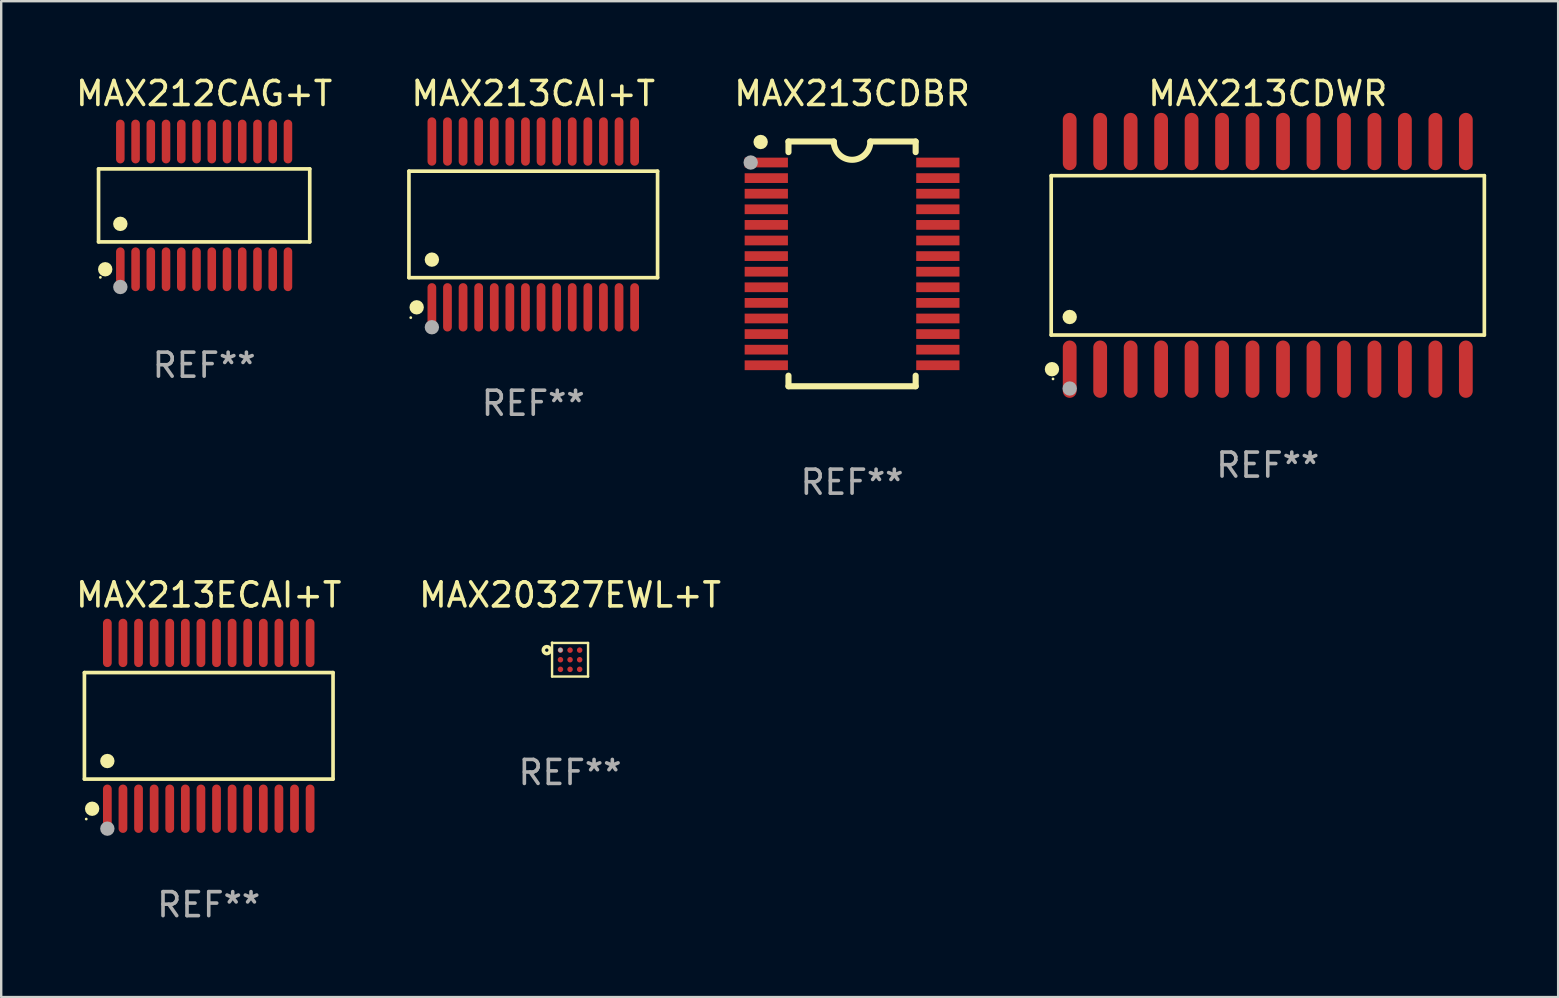
<source format=kicad_pcb>
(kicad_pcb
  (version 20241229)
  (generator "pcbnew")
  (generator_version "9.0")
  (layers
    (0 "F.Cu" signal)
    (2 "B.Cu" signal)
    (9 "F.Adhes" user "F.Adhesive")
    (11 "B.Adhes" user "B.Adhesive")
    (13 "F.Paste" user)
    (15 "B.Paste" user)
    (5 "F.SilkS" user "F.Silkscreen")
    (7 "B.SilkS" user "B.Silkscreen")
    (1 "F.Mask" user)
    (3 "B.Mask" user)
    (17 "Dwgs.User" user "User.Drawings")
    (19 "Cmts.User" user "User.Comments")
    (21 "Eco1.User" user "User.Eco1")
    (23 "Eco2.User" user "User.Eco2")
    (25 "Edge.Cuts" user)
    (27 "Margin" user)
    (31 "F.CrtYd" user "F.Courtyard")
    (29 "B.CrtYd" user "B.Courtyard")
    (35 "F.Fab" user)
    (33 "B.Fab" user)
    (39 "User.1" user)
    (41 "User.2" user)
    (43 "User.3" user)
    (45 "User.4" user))
  (footprint "MAX213CDBR"
    (layer "F.Cu")
    (at 32.461 7.948)
    (property "Reference" "MAX213CDBR" (at 0 -7.1 0) (layer "F.SilkS") (effects (font (size 1 1) (thickness 0.15))))
    (attr through_hole)
    (fp_line (start -2.65 -5.1) (end -0.762 -5.1) (stroke (width 0.254) (type solid)) (layer "F.SilkS"))
    (fp_line (start -2.65 -4.658) (end -2.65 -5.1) (stroke (width 0.254) (type solid)) (layer "F.SilkS"))
    (fp_line (start -2.65 5.1) (end -2.65 4.658) (stroke (width 0.254) (type solid)) (layer "F.SilkS"))
    (fp_line (start -2.65 5.1) (end 2.65 5.1) (stroke (width 0.254) (type solid)) (layer "F.SilkS"))
    (fp_line (start 2.65 -5.1) (end 0.762 -5.1) (stroke (width 0.254) (type solid)) (layer "F.SilkS"))
    (fp_line (start 2.65 -5.1) (end 2.65 -4.658) (stroke (width 0.254) (type solid)) (layer "F.SilkS"))
    (fp_line (start 2.65 4.658) (end 2.65 5.1) (stroke (width 0.254) (type solid)) (layer "F.SilkS"))
    (fp_arc (start 0.761925 -5.1) (mid -0.000241 -4.338329) (end -0.762077 -5.10033) (stroke (width 0.254001) (type solid)) (layer "F.SilkS"))
    (fp_circle (center -3.858 -5.07) (end -3.828 -5.07) (stroke (width 0.06) (type solid)) (fill no) (layer "F.SilkS"))
    (fp_circle (center -3.81 -5.08) (end -3.66 -5.08) (stroke (width 0.3) (type solid)) (fill no) (layer "F.SilkS"))
    (fp_circle (center -4.225 -4.225) (end -4.075 -4.225) (stroke (width 0.3) (type solid)) (fill no) (layer "F.Fab"))
    (fp_text user "REF**" (at 0 9.1 0) (layer "F.Fab") (effects (font (size 1 1) (thickness 0.15))))
    (pad "1" smd rect (at -3.575 -4.225) (size 1.803 0.406) (layers "F.Cu" "F.Mask" "F.Paste"))
    (pad "2" smd rect (at -3.575 -3.575) (size 1.803 0.406) (layers "F.Cu" "F.Mask" "F.Paste"))
    (pad "3" smd rect (at -3.575 -2.925) (size 1.803 0.406) (layers "F.Cu" "F.Mask" "F.Paste"))
    (pad "4" smd rect (at -3.575 -2.275) (size 1.803 0.406) (layers "F.Cu" "F.Mask" "F.Paste"))
    (pad "5" smd rect (at -3.575 -1.625) (size 1.803 0.406) (layers "F.Cu" "F.Mask" "F.Paste"))
    (pad "6" smd rect (at -3.575 -0.975) (size 1.803 0.406) (layers "F.Cu" "F.Mask" "F.Paste"))
    (pad "7" smd rect (at -3.575 -0.325) (size 1.803 0.406) (layers "F.Cu" "F.Mask" "F.Paste"))
    (pad "8" smd rect (at -3.575 0.325) (size 1.803 0.406) (layers "F.Cu" "F.Mask" "F.Paste"))
    (pad "9" smd rect (at -3.575 0.975) (size 1.803 0.406) (layers "F.Cu" "F.Mask" "F.Paste"))
    (pad "10" smd rect (at -3.575 1.625) (size 1.803 0.406) (layers "F.Cu" "F.Mask" "F.Paste"))
    (pad "11" smd rect (at -3.575 2.275) (size 1.803 0.406) (layers "F.Cu" "F.Mask" "F.Paste"))
    (pad "12" smd rect (at -3.575 2.925) (size 1.803 0.406) (layers "F.Cu" "F.Mask" "F.Paste"))
    (pad "13" smd rect (at -3.575 3.575) (size 1.803 0.406) (layers "F.Cu" "F.Mask" "F.Paste"))
    (pad "14" smd rect (at -3.575 4.225) (size 1.803 0.406) (layers "F.Cu" "F.Mask" "F.Paste"))
    (pad "15" smd rect (at 3.575 4.225) (size 1.803 0.406) (layers "F.Cu" "F.Mask" "F.Paste"))
    (pad "16" smd rect (at 3.575 3.575) (size 1.803 0.406) (layers "F.Cu" "F.Mask" "F.Paste"))
    (pad "17" smd rect (at 3.575 2.925) (size 1.803 0.406) (layers "F.Cu" "F.Mask" "F.Paste"))
    (pad "18" smd rect (at 3.575 2.275) (size 1.803 0.406) (layers "F.Cu" "F.Mask" "F.Paste"))
    (pad "19" smd rect (at 3.575 1.625) (size 1.803 0.406) (layers "F.Cu" "F.Mask" "F.Paste"))
    (pad "20" smd rect (at 3.575 0.975) (size 1.803 0.406) (layers "F.Cu" "F.Mask" "F.Paste"))
    (pad "21" smd rect (at 3.575 0.325) (size 1.803 0.406) (layers "F.Cu" "F.Mask" "F.Paste"))
    (pad "22" smd rect (at 3.575 -0.325) (size 1.803 0.406) (layers "F.Cu" "F.Mask" "F.Paste"))
    (pad "23" smd rect (at 3.575 -0.975) (size 1.803 0.406) (layers "F.Cu" "F.Mask" "F.Paste"))
    (pad "24" smd rect (at 3.575 -1.625) (size 1.803 0.406) (layers "F.Cu" "F.Mask" "F.Paste"))
    (pad "25" smd rect (at 3.575 -2.275) (size 1.803 0.406) (layers "F.Cu" "F.Mask" "F.Paste"))
    (pad "26" smd rect (at 3.575 -2.925) (size 1.803 0.406) (layers "F.Cu" "F.Mask" "F.Paste"))
    (pad "27" smd rect (at 3.575 -3.575) (size 1.803 0.406) (layers "F.Cu" "F.Mask" "F.Paste"))
    (pad "28" smd rect (at 3.575 -4.225) (size 1.803 0.406) (layers "F.Cu" "F.Mask" "F.Paste")))
  (footprint "MAX213CAI+T"
    (layer "F.Cu")
    (at 19.174 6.303)
    (property "Reference" "MAX213CAI+T" (at 0 -5.455 0) (layer "F.SilkS") (effects (font (size 1 1) (thickness 0.15))))
    (attr through_hole)
    (fp_line (start -5.181 -2.219) (end 5.181 -2.219) (stroke (width 0.152) (type solid)) (layer "F.SilkS"))
    (fp_line (start -5.181 2.219) (end -5.181 -2.219) (stroke (width 0.152) (type solid)) (layer "F.SilkS"))
    (fp_line (start 5.181 -2.219) (end 5.181 2.219) (stroke (width 0.152) (type solid)) (layer "F.SilkS"))
    (fp_line (start 5.181 2.219) (end -5.181 2.219) (stroke (width 0.152) (type solid)) (layer "F.SilkS"))
    (fp_circle (center -5.105 3.885) (end -5.075 3.885) (stroke (width 0.06) (type solid)) (fill no) (layer "F.SilkS"))
    (fp_circle (center -4.859 3.455) (end -4.709 3.455) (stroke (width 0.3) (type solid)) (fill no) (layer "F.SilkS"))
    (fp_circle (center -4.225 1.467) (end -4.075 1.467) (stroke (width 0.3) (type solid)) (fill no) (layer "F.SilkS"))
    (fp_circle (center -4.225 4.285) (end -4.075 4.285) (stroke (width 0.3) (type solid)) (fill no) (layer "F.Fab"))
    (fp_text user "REF**" (at 0 7.455 0) (layer "F.Fab") (effects (font (size 1 1) (thickness 0.15))))
    (pad "1" smd oval (at -4.225 3.455) (size 0.364 2.015) (layers "F.Cu" "F.Mask" "F.Paste"))
    (pad "2" smd oval (at -3.575 3.455) (size 0.364 2.015) (layers "F.Cu" "F.Mask" "F.Paste"))
    (pad "3" smd oval (at -2.925 3.455) (size 0.364 2.015) (layers "F.Cu" "F.Mask" "F.Paste"))
    (pad "4" smd oval (at -2.275 3.455) (size 0.364 2.015) (layers "F.Cu" "F.Mask" "F.Paste"))
    (pad "5" smd oval (at -1.625 3.455) (size 0.364 2.015) (layers "F.Cu" "F.Mask" "F.Paste"))
    (pad "6" smd oval (at -0.975 3.455) (size 0.364 2.015) (layers "F.Cu" "F.Mask" "F.Paste"))
    (pad "7" smd oval (at -0.325 3.455) (size 0.364 2.015) (layers "F.Cu" "F.Mask" "F.Paste"))
    (pad "8" smd oval (at 0.325 3.455) (size 0.364 2.015) (layers "F.Cu" "F.Mask" "F.Paste"))
    (pad "9" smd oval (at 0.975 3.455) (size 0.364 2.015) (layers "F.Cu" "F.Mask" "F.Paste"))
    (pad "10" smd oval (at 1.625 3.455) (size 0.364 2.015) (layers "F.Cu" "F.Mask" "F.Paste"))
    (pad "11" smd oval (at 2.275 3.455) (size 0.364 2.015) (layers "F.Cu" "F.Mask" "F.Paste"))
    (pad "12" smd oval (at 2.925 3.455) (size 0.364 2.015) (layers "F.Cu" "F.Mask" "F.Paste"))
    (pad "13" smd oval (at 3.575 3.455) (size 0.364 2.015) (layers "F.Cu" "F.Mask" "F.Paste"))
    (pad "14" smd oval (at 4.225 3.455) (size 0.364 2.015) (layers "F.Cu" "F.Mask" "F.Paste"))
    (pad "15" smd oval (at 4.225 -3.455) (size 0.364 2.015) (layers "F.Cu" "F.Mask" "F.Paste"))
    (pad "16" smd oval (at 3.575 -3.455) (size 0.364 2.015) (layers "F.Cu" "F.Mask" "F.Paste"))
    (pad "17" smd oval (at 2.925 -3.455) (size 0.364 2.015) (layers "F.Cu" "F.Mask" "F.Paste"))
    (pad "18" smd oval (at 2.275 -3.455) (size 0.364 2.015) (layers "F.Cu" "F.Mask" "F.Paste"))
    (pad "19" smd oval (at 1.625 -3.455) (size 0.364 2.015) (layers "F.Cu" "F.Mask" "F.Paste"))
    (pad "20" smd oval (at 0.975 -3.455) (size 0.364 2.015) (layers "F.Cu" "F.Mask" "F.Paste"))
    (pad "21" smd oval (at 0.325 -3.455) (size 0.364 2.015) (layers "F.Cu" "F.Mask" "F.Paste"))
    (pad "22" smd oval (at -0.325 -3.455) (size 0.364 2.015) (layers "F.Cu" "F.Mask" "F.Paste"))
    (pad "23" smd oval (at -0.975 -3.455) (size 0.364 2.015) (layers "F.Cu" "F.Mask" "F.Paste"))
    (pad "24" smd oval (at -1.625 -3.455) (size 0.364 2.015) (layers "F.Cu" "F.Mask" "F.Paste"))
    (pad "25" smd oval (at -2.275 -3.455) (size 0.364 2.015) (layers "F.Cu" "F.Mask" "F.Paste"))
    (pad "26" smd oval (at -2.925 -3.455) (size 0.364 2.015) (layers "F.Cu" "F.Mask" "F.Paste"))
    (pad "27" smd oval (at -3.575 -3.455) (size 0.364 2.015) (layers "F.Cu" "F.Mask" "F.Paste"))
    (pad "28" smd oval (at -4.225 -3.455) (size 0.364 2.015) (layers "F.Cu" "F.Mask" "F.Paste")))
  (footprint "MAX212CAG+T"
    (layer "F.Cu")
    (at 5.458 5.51)
    (property "Reference" "MAX212CAG+T" (at 0 -4.662 0) (layer "F.SilkS") (effects (font (size 1 1) (thickness 0.15))))
    (attr through_hole)
    (fp_line (start -4.401 -1.521) (end 4.401 -1.521) (stroke (width 0.152) (type solid)) (layer "F.SilkS"))
    (fp_line (start -4.401 1.521) (end -4.401 -1.521) (stroke (width 0.152) (type solid)) (layer "F.SilkS"))
    (fp_line (start 4.401 -1.521) (end 4.401 1.521) (stroke (width 0.152) (type solid)) (layer "F.SilkS"))
    (fp_line (start 4.401 1.521) (end -4.401 1.521) (stroke (width 0.152) (type solid)) (layer "F.SilkS"))
    (fp_circle (center -4.325 3) (end -4.295 3) (stroke (width 0.06) (type solid)) (fill no) (layer "F.SilkS"))
    (fp_circle (center -4.123 2.662) (end -3.973 2.662) (stroke (width 0.3) (type solid)) (fill no) (layer "F.SilkS"))
    (fp_circle (center -3.493 0.769) (end -3.342 0.769) (stroke (width 0.3) (type solid)) (fill no) (layer "F.SilkS"))
    (fp_circle (center -3.493 3.4) (end -3.342 3.4) (stroke (width 0.3) (type solid)) (fill no) (layer "F.Fab"))
    (fp_text user "REF**" (at 0 6.662 0) (layer "F.Fab") (effects (font (size 1 1) (thickness 0.15))))
    (pad "1" smd oval (at -3.493 2.662) (size 0.356 1.824) (layers "F.Cu" "F.Mask" "F.Paste"))
    (pad "2" smd oval (at -2.858 2.662) (size 0.356 1.824) (layers "F.Cu" "F.Mask" "F.Paste"))
    (pad "3" smd oval (at -2.223 2.662) (size 0.356 1.824) (layers "F.Cu" "F.Mask" "F.Paste"))
    (pad "4" smd oval (at -1.588 2.662) (size 0.356 1.824) (layers "F.Cu" "F.Mask" "F.Paste"))
    (pad "5" smd oval (at -0.953 2.662) (size 0.356 1.824) (layers "F.Cu" "F.Mask" "F.Paste"))
    (pad "6" smd oval (at -0.318 2.662) (size 0.356 1.824) (layers "F.Cu" "F.Mask" "F.Paste"))
    (pad "7" smd oval (at 0.318 2.662) (size 0.356 1.824) (layers "F.Cu" "F.Mask" "F.Paste"))
    (pad "8" smd oval (at 0.953 2.662) (size 0.356 1.824) (layers "F.Cu" "F.Mask" "F.Paste"))
    (pad "9" smd oval (at 1.588 2.662) (size 0.356 1.824) (layers "F.Cu" "F.Mask" "F.Paste"))
    (pad "10" smd oval (at 2.223 2.662) (size 0.356 1.824) (layers "F.Cu" "F.Mask" "F.Paste"))
    (pad "11" smd oval (at 2.858 2.662) (size 0.356 1.824) (layers "F.Cu" "F.Mask" "F.Paste"))
    (pad "12" smd oval (at 3.493 2.662) (size 0.356 1.824) (layers "F.Cu" "F.Mask" "F.Paste"))
    (pad "13" smd oval (at 3.493 -2.662) (size 0.356 1.824) (layers "F.Cu" "F.Mask" "F.Paste"))
    (pad "14" smd oval (at 2.858 -2.662) (size 0.356 1.824) (layers "F.Cu" "F.Mask" "F.Paste"))
    (pad "15" smd oval (at 2.223 -2.662) (size 0.356 1.824) (layers "F.Cu" "F.Mask" "F.Paste"))
    (pad "16" smd oval (at 1.588 -2.662) (size 0.356 1.824) (layers "F.Cu" "F.Mask" "F.Paste"))
    (pad "17" smd oval (at 0.953 -2.662) (size 0.356 1.824) (layers "F.Cu" "F.Mask" "F.Paste"))
    (pad "18" smd oval (at 0.318 -2.662) (size 0.356 1.824) (layers "F.Cu" "F.Mask" "F.Paste"))
    (pad "19" smd oval (at -0.318 -2.662) (size 0.356 1.824) (layers "F.Cu" "F.Mask" "F.Paste"))
    (pad "20" smd oval (at -0.953 -2.662) (size 0.356 1.824) (layers "F.Cu" "F.Mask" "F.Paste"))
    (pad "21" smd oval (at -1.588 -2.662) (size 0.356 1.824) (layers "F.Cu" "F.Mask" "F.Paste"))
    (pad "22" smd oval (at -2.223 -2.662) (size 0.356 1.824) (layers "F.Cu" "F.Mask" "F.Paste"))
    (pad "23" smd oval (at -2.858 -2.662) (size 0.356 1.824) (layers "F.Cu" "F.Mask" "F.Paste"))
    (pad "24" smd oval (at -3.493 -2.662) (size 0.356 1.824) (layers "F.Cu" "F.Mask" "F.Paste")))
  (footprint "MAX213CDWR"
    (layer "F.Cu")
    (at 49.786 7.592)
    (property "Reference" "MAX213CDWR" (at 0 -6.744 0) (layer "F.SilkS") (effects (font (size 1 1) (thickness 0.15))))
    (attr through_hole)
    (fp_line (start -9.026 -3.321) (end 9.026 -3.321) (stroke (width 0.152) (type solid)) (layer "F.SilkS"))
    (fp_line (start -9.026 3.321) (end -9.026 -3.321) (stroke (width 0.152) (type solid)) (layer "F.SilkS"))
    (fp_line (start 9.026 -3.321) (end 9.026 3.321) (stroke (width 0.152) (type solid)) (layer "F.SilkS"))
    (fp_line (start 9.026 3.321) (end -9.026 3.321) (stroke (width 0.152) (type solid)) (layer "F.SilkS"))
    (fp_circle (center -8.994 4.744) (end -8.844 4.744) (stroke (width 0.3) (type solid)) (fill no) (layer "F.SilkS"))
    (fp_circle (center -8.95 5.15) (end -8.92 5.15) (stroke (width 0.06) (type solid)) (fill no) (layer "F.SilkS"))
    (fp_circle (center -8.255 2.569) (end -8.105 2.569) (stroke (width 0.3) (type solid)) (fill no) (layer "F.SilkS"))
    (fp_circle (center -8.255 5.55) (end -8.105 5.55) (stroke (width 0.3) (type solid)) (fill no) (layer "F.Fab"))
    (fp_text user "REF**" (at 0 8.744 0) (layer "F.Fab") (effects (font (size 1 1) (thickness 0.15))))
    (pad "1" smd oval (at -8.255 4.744) (size 0.574 2.388) (layers "F.Cu" "F.Mask" "F.Paste"))
    (pad "2" smd oval (at -6.985 4.744) (size 0.574 2.388) (layers "F.Cu" "F.Mask" "F.Paste"))
    (pad "3" smd oval (at -5.715 4.744) (size 0.574 2.388) (layers "F.Cu" "F.Mask" "F.Paste"))
    (pad "4" smd oval (at -4.445 4.744) (size 0.574 2.388) (layers "F.Cu" "F.Mask" "F.Paste"))
    (pad "5" smd oval (at -3.175 4.744) (size 0.574 2.388) (layers "F.Cu" "F.Mask" "F.Paste"))
    (pad "6" smd oval (at -1.905 4.744) (size 0.574 2.388) (layers "F.Cu" "F.Mask" "F.Paste"))
    (pad "7" smd oval (at -0.635 4.744) (size 0.574 2.388) (layers "F.Cu" "F.Mask" "F.Paste"))
    (pad "8" smd oval (at 0.635 4.744) (size 0.574 2.388) (layers "F.Cu" "F.Mask" "F.Paste"))
    (pad "9" smd oval (at 1.905 4.744) (size 0.574 2.388) (layers "F.Cu" "F.Mask" "F.Paste"))
    (pad "10" smd oval (at 3.175 4.744) (size 0.574 2.388) (layers "F.Cu" "F.Mask" "F.Paste"))
    (pad "11" smd oval (at 4.445 4.744) (size 0.574 2.388) (layers "F.Cu" "F.Mask" "F.Paste"))
    (pad "12" smd oval (at 5.715 4.744) (size 0.574 2.388) (layers "F.Cu" "F.Mask" "F.Paste"))
    (pad "13" smd oval (at 6.985 4.744) (size 0.574 2.388) (layers "F.Cu" "F.Mask" "F.Paste"))
    (pad "14" smd oval (at 8.255 4.744) (size 0.574 2.388) (layers "F.Cu" "F.Mask" "F.Paste"))
    (pad "15" smd oval (at 8.255 -4.744) (size 0.574 2.388) (layers "F.Cu" "F.Mask" "F.Paste"))
    (pad "16" smd oval (at 6.985 -4.744) (size 0.574 2.388) (layers "F.Cu" "F.Mask" "F.Paste"))
    (pad "17" smd oval (at 5.715 -4.744) (size 0.574 2.388) (layers "F.Cu" "F.Mask" "F.Paste"))
    (pad "18" smd oval (at 4.445 -4.744) (size 0.574 2.388) (layers "F.Cu" "F.Mask" "F.Paste"))
    (pad "19" smd oval (at 3.175 -4.744) (size 0.574 2.388) (layers "F.Cu" "F.Mask" "F.Paste"))
    (pad "20" smd oval (at 1.905 -4.744) (size 0.574 2.388) (layers "F.Cu" "F.Mask" "F.Paste"))
    (pad "21" smd oval (at 0.635 -4.744) (size 0.574 2.388) (layers "F.Cu" "F.Mask" "F.Paste"))
    (pad "22" smd oval (at -0.635 -4.744) (size 0.574 2.388) (layers "F.Cu" "F.Mask" "F.Paste"))
    (pad "23" smd oval (at -1.905 -4.744) (size 0.574 2.388) (layers "F.Cu" "F.Mask" "F.Paste"))
    (pad "24" smd oval (at -3.175 -4.744) (size 0.574 2.388) (layers "F.Cu" "F.Mask" "F.Paste"))
    (pad "25" smd oval (at -4.445 -4.744) (size 0.574 2.388) (layers "F.Cu" "F.Mask" "F.Paste"))
    (pad "26" smd oval (at -5.715 -4.744) (size 0.574 2.388) (layers "F.Cu" "F.Mask" "F.Paste"))
    (pad "27" smd oval (at -6.985 -4.744) (size 0.574 2.388) (layers "F.Cu" "F.Mask" "F.Paste"))
    (pad "28" smd oval (at -8.255 -4.744) (size 0.574 2.388) (layers "F.Cu" "F.Mask" "F.Paste")))
  (footprint "MAX20327EWL+T"
    (layer "F.Cu")
    (at 20.708 24.445)
    (property "Reference" "MAX20327EWL+T" (at 0 -2.7 0) (layer "F.SilkS") (effects (font (size 1 1) (thickness 0.15))))
    (attr through_hole)
    (fp_line (start -0.75 0.7) (end 0.75 0.7) (stroke (width 0.1) (type solid)) (layer "F.SilkS"))
    (fp_line (start -0.75 -0.7) (end -0.75 0.7) (stroke (width 0.1) (type solid)) (layer "F.SilkS"))
    (fp_line (start -0.75 -0.7) (end 0.75 -0.7) (stroke (width 0.1) (type solid)) (layer "F.SilkS"))
    (fp_line (start 0.75 -0.7) (end 0.75 0.7) (stroke (width 0.1) (type solid)) (layer "F.SilkS"))
    (fp_circle (center -0.97 -0.4) (end -0.899 -0.4) (stroke (width 0.15) (type solid)) (fill no) (layer "F.SilkS"))
    (fp_circle (center -0.749 -0.704) (end -0.719 -0.704) (stroke (width 0.06) (type solid)) (fill no) (layer "F.SilkS"))
    (fp_circle (center -0.403 -0.403) (end -0.353 -0.403) (stroke (width 0.1) (type solid)) (fill no) (layer "F.Fab"))
    (fp_text user "REF**" (at 0 4.7 0) (layer "F.Fab") (effects (font (size 1 1) (thickness 0.15))))
    (pad "A1" smd circle (at -0.4 -0.4) (size 0.23 0.23) (layers "F.Cu" "F.Mask" "F.Paste"))
    (pad "A2" smd circle (at 0 -0.4) (size 0.23 0.23) (layers "F.Cu" "F.Mask" "F.Paste"))
    (pad "A3" smd circle (at 0.4 -0.4) (size 0.23 0.23) (layers "F.Cu" "F.Mask" "F.Paste"))
    (pad "B1" smd circle (at -0.4 -0.000013) (size 0.23 0.23) (layers "F.Cu" "F.Mask" "F.Paste"))
    (pad "B2" smd circle (at 0 -0.000013) (size 0.23 0.23) (layers "F.Cu" "F.Mask" "F.Paste"))
    (pad "B3" smd circle (at 0.4 -0.000013) (size 0.23 0.23) (layers "F.Cu" "F.Mask" "F.Paste"))
    (pad "C1" smd circle (at -0.4 0.4) (size 0.23 0.23) (layers "F.Cu" "F.Mask" "F.Paste"))
    (pad "C2" smd circle (at 0 0.4) (size 0.23 0.23) (layers "F.Cu" "F.Mask" "F.Paste"))
    (pad "C3" smd circle (at 0.4 0.4) (size 0.23 0.23) (layers "F.Cu" "F.Mask" "F.Paste")))
  (footprint "MAX213ECAI+T"
    (layer "F.Cu")
    (at 5.649 27.2)
    (property "Reference" "MAX213ECAI+T" (at 0 -5.455 0) (layer "F.SilkS") (effects (font (size 1 1) (thickness 0.15))))
    (attr through_hole)
    (fp_line (start -5.181 -2.219) (end 5.181 -2.219) (stroke (width 0.152) (type solid)) (layer "F.SilkS"))
    (fp_line (start -5.181 2.219) (end -5.181 -2.219) (stroke (width 0.152) (type solid)) (layer "F.SilkS"))
    (fp_line (start 5.181 -2.219) (end 5.181 2.219) (stroke (width 0.152) (type solid)) (layer "F.SilkS"))
    (fp_line (start 5.181 2.219) (end -5.181 2.219) (stroke (width 0.152) (type solid)) (layer "F.SilkS"))
    (fp_circle (center -5.105 3.885) (end -5.075 3.885) (stroke (width 0.06) (type solid)) (fill no) (layer "F.SilkS"))
    (fp_circle (center -4.859 3.455) (end -4.709 3.455) (stroke (width 0.3) (type solid)) (fill no) (layer "F.SilkS"))
    (fp_circle (center -4.225 1.467) (end -4.075 1.467) (stroke (width 0.3) (type solid)) (fill no) (layer "F.SilkS"))
    (fp_circle (center -4.225 4.285) (end -4.075 4.285) (stroke (width 0.3) (type solid)) (fill no) (layer "F.Fab"))
    (fp_text user "REF**" (at 0 7.455 0) (layer "F.Fab") (effects (font (size 1 1) (thickness 0.15))))
    (pad "1" smd oval (at -4.225 3.455) (size 0.364 2.015) (layers "F.Cu" "F.Mask" "F.Paste"))
    (pad "2" smd oval (at -3.575 3.455) (size 0.364 2.015) (layers "F.Cu" "F.Mask" "F.Paste"))
    (pad "3" smd oval (at -2.925 3.455) (size 0.364 2.015) (layers "F.Cu" "F.Mask" "F.Paste"))
    (pad "4" smd oval (at -2.275 3.455) (size 0.364 2.015) (layers "F.Cu" "F.Mask" "F.Paste"))
    (pad "5" smd oval (at -1.625 3.455) (size 0.364 2.015) (layers "F.Cu" "F.Mask" "F.Paste"))
    (pad "6" smd oval (at -0.975 3.455) (size 0.364 2.015) (layers "F.Cu" "F.Mask" "F.Paste"))
    (pad "7" smd oval (at -0.325 3.455) (size 0.364 2.015) (layers "F.Cu" "F.Mask" "F.Paste"))
    (pad "8" smd oval (at 0.325 3.455) (size 0.364 2.015) (layers "F.Cu" "F.Mask" "F.Paste"))
    (pad "9" smd oval (at 0.975 3.455) (size 0.364 2.015) (layers "F.Cu" "F.Mask" "F.Paste"))
    (pad "10" smd oval (at 1.625 3.455) (size 0.364 2.015) (layers "F.Cu" "F.Mask" "F.Paste"))
    (pad "11" smd oval (at 2.275 3.455) (size 0.364 2.015) (layers "F.Cu" "F.Mask" "F.Paste"))
    (pad "12" smd oval (at 2.925 3.455) (size 0.364 2.015) (layers "F.Cu" "F.Mask" "F.Paste"))
    (pad "13" smd oval (at 3.575 3.455) (size 0.364 2.015) (layers "F.Cu" "F.Mask" "F.Paste"))
    (pad "14" smd oval (at 4.225 3.455) (size 0.364 2.015) (layers "F.Cu" "F.Mask" "F.Paste"))
    (pad "15" smd oval (at 4.225 -3.455) (size 0.364 2.015) (layers "F.Cu" "F.Mask" "F.Paste"))
    (pad "16" smd oval (at 3.575 -3.455) (size 0.364 2.015) (layers "F.Cu" "F.Mask" "F.Paste"))
    (pad "17" smd oval (at 2.925 -3.455) (size 0.364 2.015) (layers "F.Cu" "F.Mask" "F.Paste"))
    (pad "18" smd oval (at 2.275 -3.455) (size 0.364 2.015) (layers "F.Cu" "F.Mask" "F.Paste"))
    (pad "19" smd oval (at 1.625 -3.455) (size 0.364 2.015) (layers "F.Cu" "F.Mask" "F.Paste"))
    (pad "20" smd oval (at 0.975 -3.455) (size 0.364 2.015) (layers "F.Cu" "F.Mask" "F.Paste"))
    (pad "21" smd oval (at 0.325 -3.455) (size 0.364 2.015) (layers "F.Cu" "F.Mask" "F.Paste"))
    (pad "22" smd oval (at -0.325 -3.455) (size 0.364 2.015) (layers "F.Cu" "F.Mask" "F.Paste"))
    (pad "23" smd oval (at -0.975 -3.455) (size 0.364 2.015) (layers "F.Cu" "F.Mask" "F.Paste"))
    (pad "24" smd oval (at -1.625 -3.455) (size 0.364 2.015) (layers "F.Cu" "F.Mask" "F.Paste"))
    (pad "25" smd oval (at -2.275 -3.455) (size 0.364 2.015) (layers "F.Cu" "F.Mask" "F.Paste"))
    (pad "26" smd oval (at -2.925 -3.455) (size 0.364 2.015) (layers "F.Cu" "F.Mask" "F.Paste"))
    (pad "27" smd oval (at -3.575 -3.455) (size 0.364 2.015) (layers "F.Cu" "F.Mask" "F.Paste"))
    (pad "28" smd oval (at -4.225 -3.455) (size 0.364 2.015) (layers "F.Cu" "F.Mask" "F.Paste")))
  (gr_rect
    (start -3 -3)
    (end 61.888 38.503)
    (stroke (width 0.1) (type default))
    (fill no)
    (layer "Edge.Cuts")))
</source>
